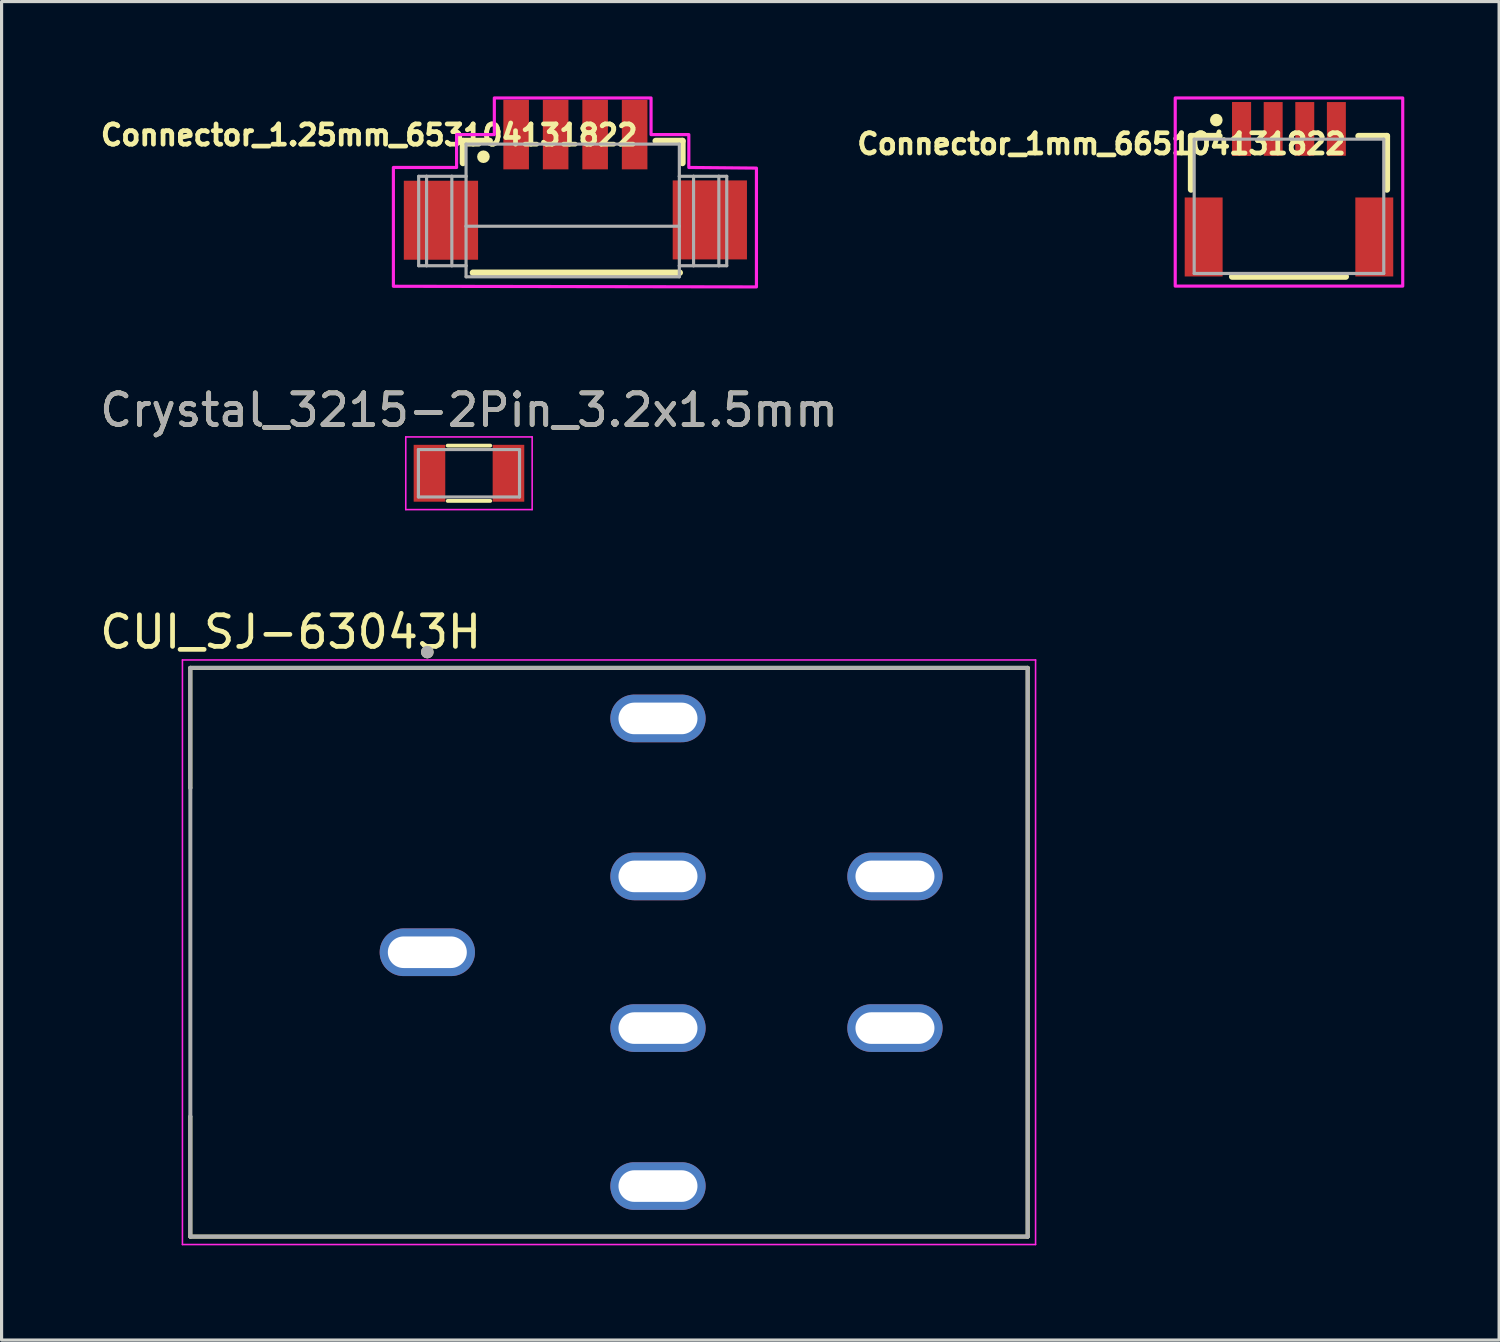
<source format=kicad_pcb>
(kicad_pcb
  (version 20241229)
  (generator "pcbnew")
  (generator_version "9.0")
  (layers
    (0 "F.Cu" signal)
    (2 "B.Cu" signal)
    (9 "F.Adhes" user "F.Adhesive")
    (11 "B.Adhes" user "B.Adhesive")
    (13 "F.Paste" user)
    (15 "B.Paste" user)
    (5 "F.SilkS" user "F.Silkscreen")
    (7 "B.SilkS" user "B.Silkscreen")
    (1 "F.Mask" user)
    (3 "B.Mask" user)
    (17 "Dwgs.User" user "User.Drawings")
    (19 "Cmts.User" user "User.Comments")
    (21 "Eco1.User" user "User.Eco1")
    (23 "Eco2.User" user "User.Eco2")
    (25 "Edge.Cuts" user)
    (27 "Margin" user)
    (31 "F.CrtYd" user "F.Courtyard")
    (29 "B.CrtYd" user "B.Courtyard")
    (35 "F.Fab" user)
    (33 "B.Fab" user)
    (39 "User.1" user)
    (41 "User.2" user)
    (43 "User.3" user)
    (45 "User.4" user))
  (footprint "CUI_SJ-63043H"
    (layer "F.Cu")
    (at 10.474 27.087)
    (property "Reference" "CUI_SJ-63043H" (at -4.325 -10.135 0) (layer "F.SilkS") (effects (font (size 1 1) (thickness 0.15))))
    (attr through_hole)
    (fp_line (start -7.5 -9) (end 19 -9) (stroke (width 0.127) (type solid)) (layer "F.SilkS"))
    (fp_line (start -7.5 -5.2) (end -7.5 -9) (stroke (width 0.127) (type solid)) (layer "F.SilkS"))
    (fp_line (start -7.5 9) (end -7.5 5.2) (stroke (width 0.127) (type solid)) (layer "F.SilkS"))
    (fp_line (start 19 -9) (end 19 9) (stroke (width 0.127) (type solid)) (layer "F.SilkS"))
    (fp_line (start 19 9) (end -7.5 9) (stroke (width 0.127) (type solid)) (layer "F.SilkS"))
    (fp_circle (center 0 -9.5) (end 0.1 -9.5) (stroke (width 0.2) (type solid)) (fill no) (layer "F.SilkS"))
    (fp_line (start -7.75 -9.25) (end 19.25 -9.25) (stroke (width 0.05) (type solid)) (layer "F.CrtYd"))
    (fp_line (start -7.75 9.25) (end -7.75 -9.25) (stroke (width 0.05) (type default)) (layer "F.CrtYd"))
    (fp_line (start 19.25 -9.25) (end 19.25 9.25) (stroke (width 0.05) (type solid)) (layer "F.CrtYd"))
    (fp_line (start 19.25 9.25) (end -7.75 9.25) (stroke (width 0.05) (type solid)) (layer "F.CrtYd"))
    (fp_line (start -7.5 -9) (end 19 -9) (stroke (width 0.127) (type solid)) (layer "F.Fab"))
    (fp_line (start -7.5 -5.2) (end -7.5 -9) (stroke (width 0.127) (type solid)) (layer "F.Fab"))
    (fp_line (start -7.5 5.2) (end -7.5 -5.2) (stroke (width 0.127) (type solid)) (layer "F.Fab"))
    (fp_line (start -7.5 9) (end -7.5 5.2) (stroke (width 0.127) (type solid)) (layer "F.Fab"))
    (fp_line (start 19 -9) (end 19 9) (stroke (width 0.127) (type solid)) (layer "F.Fab"))
    (fp_line (start 19 9) (end -7.5 9) (stroke (width 0.127) (type solid)) (layer "F.Fab"))
    (fp_circle (center 0 -9.5) (end 0.1 -9.5) (stroke (width 0.2) (type solid)) (fill no) (layer "F.Fab"))
    (pad "1" thru_hole oval (at 0 0) (size 3.016 1.508) (drill oval 2.5 1) (layers "*.Cu" "*.Mask"))
    (pad "2" thru_hole oval (at 14.8 2.4) (size 3.016 1.508) (drill oval 2.5 1) (layers "*.Cu" "*.Mask"))
    (pad "3" thru_hole oval (at 14.8 -2.4) (size 3.016 1.508) (drill oval 2.5 1) (layers "*.Cu" "*.Mask"))
    (pad "4" thru_hole oval (at 7.3 2.4) (size 3.016 1.508) (drill oval 2.5 1) (layers "*.Cu" "*.Mask"))
    (pad "5" thru_hole oval (at 7.3 7.4) (size 3.016 1.508) (drill oval 2.5 1) (layers "*.Cu" "*.Mask"))
    (pad "7" thru_hole oval (at 7.3 -2.4) (size 3.016 1.508) (drill oval 2.5 1) (layers "*.Cu" "*.Mask"))
    (pad "8" thru_hole oval (at 7.3 -7.4) (size 3.016 1.508) (drill oval 2.5 1) (layers "*.Cu" "*.Mask")))
  (footprint "Connector_1mm_665104131822"
    (layer "F.Cu")
    (at 37.744 2.95)
    (property "Reference" "Connector_1mm_665104131822" (at -5.932 -1.446 0) (layer "F.SilkS") (effects (font (size 0.64 0.64) (thickness 0.15))))
    (attr smd)
    (fp_line (start -3.1 -1.695) (end -3.1 0) (stroke (width 0.2) (type solid)) (layer "F.SilkS"))
    (fp_line (start -2.2 -1.695) (end -3.1 -1.695) (stroke (width 0.2) (type solid)) (layer "F.SilkS"))
    (fp_line (start -1.8 2.755) (end 1.8 2.755) (stroke (width 0.2) (type solid)) (layer "F.SilkS"))
    (fp_line (start 2.2 -1.695) (end 3.1 -1.695) (stroke (width 0.2) (type solid)) (layer "F.SilkS"))
    (fp_line (start 3.1 -1.695) (end 3.1 0) (stroke (width 0.2) (type solid)) (layer "F.SilkS"))
    (fp_circle (center -2.3 -2.2) (end -2.2 -2.2) (stroke (width 0.2) (type solid)) (fill no) (layer "F.SilkS"))
    (fp_poly (pts (xy -3.6 3.055) (xy 3.6 3.055) (xy 3.6 -2.9) (xy -3.6 -2.9)) (stroke (width 0.1) (type solid)) (fill no) (layer "F.CrtYd"))
    (fp_line (start -3 -1.595) (end 3 -1.595) (stroke (width 0.1) (type solid)) (layer "F.Fab"))
    (fp_line (start -3 2.655) (end -3 -1.595) (stroke (width 0.1) (type solid)) (layer "F.Fab"))
    (fp_line (start 3 -1.595) (end 3 2.655) (stroke (width 0.1) (type solid)) (layer "F.Fab"))
    (fp_line (start 3 2.655) (end -3 2.655) (stroke (width 0.1) (type solid)) (layer "F.Fab"))
    (pad "1" smd rect (at -1.5 -1.92) (size 0.6 1.7) (layers "F.Cu" "F.Mask" "F.Paste"))
    (pad "1" smd rect (at -1.5 -1.92) (size 0.6 1.7) (layers "F.Cu" "F.Mask" "F.Paste"))
    (pad "2" smd rect (at -0.5 -1.92) (size 0.6 1.7) (layers "F.Cu" "F.Mask" "F.Paste"))
    (pad "3" smd rect (at 0.5 -1.92) (size 0.6 1.7) (layers "F.Cu" "F.Mask" "F.Paste"))
    (pad "4" smd rect (at 1.5 -1.92) (size 0.6 1.7) (layers "F.Cu" "F.Mask" "F.Paste"))
    (pad "Z1" smd rect (at -2.7 1.5) (size 1.2 2.5) (layers "F.Cu" "F.Mask" "F.Paste"))
    (pad "Z2" smd rect (at 2.7 1.5) (size 1.2 2.5) (layers "F.Cu" "F.Mask" "F.Paste")))
  (footprint "Connector_1.25mm_653104131822"
    (layer "F.Cu")
    (at 15.075 3.61)
    (property "Reference" "Connector_1.25mm_653104131822" (at -6.442 -2.386 0) (layer "F.SilkS") (effects (font (size 0.64 0.64) (thickness 0.15))))
    (attr smd)
    (fp_line (start -3.475 -2.2) (end -3.475 -1.5) (stroke (width 0.2) (type solid)) (layer "F.SilkS"))
    (fp_line (start -3.16 1.97) (end 3.39 1.97) (stroke (width 0.2) (type solid)) (layer "F.SilkS"))
    (fp_line (start -2.625 -2.2) (end -3.475 -2.2) (stroke (width 0.2) (type solid)) (layer "F.SilkS"))
    (fp_line (start 2.625 -2.2) (end 3.475 -2.2) (stroke (width 0.2) (type solid)) (layer "F.SilkS"))
    (fp_line (start 3.475 -2.2) (end 3.475 -1.5) (stroke (width 0.2) (type solid)) (layer "F.SilkS"))
    (fp_circle (center -2.825 -1.7) (end -2.725 -1.7) (stroke (width 0.2) (type solid)) (fill no) (layer "F.SilkS"))
    (fp_poly (pts (xy -2.48 -3.56) (xy 2.48 -3.56) (xy 2.48 -2.4) (xy 3.675 -2.4) (xy 3.675 -1.36) (xy 5.815 -1.34) (xy 5.815 2.42) (xy -5.675 2.4) (xy -5.675 -1.36) (xy -3.675 -1.36) (xy -3.675 -2.4) (xy -2.48 -2.4)) (stroke (width 0.1) (type solid)) (fill no) (layer "F.CrtYd"))
    (fp_line (start -4.875 1.75) (end -4.875 -1.08) (stroke (width 0.1) (type solid)) (layer "F.Fab"))
    (fp_line (start -4.875 1.75) (end -4.625 1.75) (stroke (width 0.1) (type solid)) (layer "F.Fab"))
    (fp_line (start -4.625 -1.08) (end -4.875 -1.08) (stroke (width 0.1) (type solid)) (layer "F.Fab"))
    (fp_line (start -4.625 -1.08) (end -4.625 1.75) (stroke (width 0.1) (type solid)) (layer "F.Fab"))
    (fp_line (start -4.625 1.75) (end -3.825 1.75) (stroke (width 0.1) (type solid)) (layer "F.Fab"))
    (fp_line (start -3.825 -1.08) (end -4.625 -1.08) (stroke (width 0.1) (type solid)) (layer "F.Fab"))
    (fp_line (start -3.825 -1.08) (end -3.825 1.75) (stroke (width 0.1) (type solid)) (layer "F.Fab"))
    (fp_line (start -3.825 1.75) (end -3.375 1.75) (stroke (width 0.1) (type solid)) (layer "F.Fab"))
    (fp_line (start -3.375 -2.1) (end -3.375 -1.08) (stroke (width 0.1) (type solid)) (layer "F.Fab"))
    (fp_line (start -3.375 -2.1) (end 3.375 -2.1) (stroke (width 0.1) (type solid)) (layer "F.Fab"))
    (fp_line (start -3.375 -1.08) (end -3.825 -1.08) (stroke (width 0.1) (type solid)) (layer "F.Fab"))
    (fp_line (start -3.375 -1.08) (end -3.375 0.5) (stroke (width 0.1) (type solid)) (layer "F.Fab"))
    (fp_line (start -3.375 0.5) (end -3.375 1.75) (stroke (width 0.1) (type solid)) (layer "F.Fab"))
    (fp_line (start -3.375 0.5) (end 3.375 0.5) (stroke (width 0.1) (type solid)) (layer "F.Fab"))
    (fp_line (start -3.375 1.75) (end -3.375 2.1) (stroke (width 0.1) (type solid)) (layer "F.Fab"))
    (fp_line (start 3.375 -2.1) (end 3.375 -1.08) (stroke (width 0.1) (type solid)) (layer "F.Fab"))
    (fp_line (start 3.375 -1.08) (end 3.375 0.5) (stroke (width 0.1) (type solid)) (layer "F.Fab"))
    (fp_line (start 3.375 -1.08) (end 3.825 -1.08) (stroke (width 0.1) (type solid)) (layer "F.Fab"))
    (fp_line (start 3.375 0.5) (end 3.375 1.75) (stroke (width 0.1) (type solid)) (layer "F.Fab"))
    (fp_line (start 3.375 1.75) (end 3.375 2.1) (stroke (width 0.1) (type solid)) (layer "F.Fab"))
    (fp_line (start 3.375 2.1) (end -3.375 2.1) (stroke (width 0.1) (type solid)) (layer "F.Fab"))
    (fp_line (start 3.825 -1.08) (end 3.825 1.75) (stroke (width 0.1) (type solid)) (layer "F.Fab"))
    (fp_line (start 3.825 -1.08) (end 4.625 -1.08) (stroke (width 0.1) (type solid)) (layer "F.Fab"))
    (fp_line (start 3.825 1.75) (end 3.375 1.75) (stroke (width 0.1) (type solid)) (layer "F.Fab"))
    (fp_line (start 4.625 -1.08) (end 4.625 1.75) (stroke (width 0.1) (type solid)) (layer "F.Fab"))
    (fp_line (start 4.625 -1.08) (end 4.875 -1.08) (stroke (width 0.1) (type solid)) (layer "F.Fab"))
    (fp_line (start 4.625 1.75) (end 3.825 1.75) (stroke (width 0.1) (type solid)) (layer "F.Fab"))
    (fp_line (start 4.875 -1.08) (end 4.875 1.75) (stroke (width 0.1) (type solid)) (layer "F.Fab"))
    (fp_line (start 4.875 1.75) (end 4.625 1.75) (stroke (width 0.1) (type solid)) (layer "F.Fab"))
    (pad "1" smd rect (at -1.79 -2.4) (size 0.81 2.2) (layers "F.Cu" "F.Mask" "F.Paste"))
    (pad "2" smd rect (at -0.54 -2.4) (size 0.81 2.2) (layers "F.Cu" "F.Mask" "F.Paste"))
    (pad "3" smd rect (at 0.71 -2.4) (size 0.81 2.2) (layers "F.Cu" "F.Mask" "F.Paste"))
    (pad "4" smd rect (at 1.96 -2.4) (size 0.81 2.2) (layers "F.Cu" "F.Mask" "F.Paste"))
    (pad "Z1" smd rect (at -4.17 0.31) (size 2.35 2.5) (layers "F.Cu" "F.Mask" "F.Paste"))
    (pad "Z2" smd rect (at 4.34 0.3) (size 2.35 2.5) (layers "F.Cu" "F.Mask" "F.Paste")))
  (footprint "Crystal_3215-2Pin_3.2x1.5mm"
    (layer "F.Cu")
    (at 11.792 11.928)
    (property "Reference" "Crystal_3215-2Pin_3.2x1.5mm" (at 0 -2 0) (layer "F.SilkS") (effects (font (size 1 1) (thickness 0.15))))
    (attr smd)
    (fp_line (start -0.675 -0.875) (end 0.675 -0.875) (stroke (width 0.12) (type solid)) (layer "F.SilkS"))
    (fp_line (start -0.675 0.875) (end 0.675 0.875) (stroke (width 0.12) (type solid)) (layer "F.SilkS"))
    (fp_line (start -2 -1.15) (end -2 1.15) (stroke (width 0.05) (type solid)) (layer "F.CrtYd"))
    (fp_line (start -2 -1.15) (end 2 -1.15) (stroke (width 0.05) (type solid)) (layer "F.CrtYd"))
    (fp_line (start -2 1.15) (end 2 1.15) (stroke (width 0.05) (type solid)) (layer "F.CrtYd"))
    (fp_line (start 2 -1.15) (end 2 1.15) (stroke (width 0.05) (type solid)) (layer "F.CrtYd"))
    (fp_line (start -1.6 -0.75) (end -1.6 0.75) (stroke (width 0.1) (type solid)) (layer "F.Fab"))
    (fp_line (start -1.6 -0.75) (end 1.6 -0.75) (stroke (width 0.1) (type solid)) (layer "F.Fab"))
    (fp_line (start -1.6 0.75) (end 1.6 0.75) (stroke (width 0.1) (type solid)) (layer "F.Fab"))
    (fp_line (start 1.6 -0.75) (end 1.6 0.75) (stroke (width 0.1) (type solid)) (layer "F.Fab"))
    (fp_text user "${REFERENCE}" (at 0 -2 0) (layer "F.Fab") (effects (font (size 1 1) (thickness 0.15))))
    (pad "1" smd rect (at 1.25 0) (size 1 1.8) (layers "F.Cu" "F.Mask" "F.Paste"))
    (pad "2" smd rect (at -1.25 0) (size 1 1.8) (layers "F.Cu" "F.Mask" "F.Paste")))
  (gr_rect
    (start -3 -3)
    (end 44.394 39.361)
    (stroke (width 0.1) (type default))
    (fill no)
    (layer "Edge.Cuts")))
</source>
